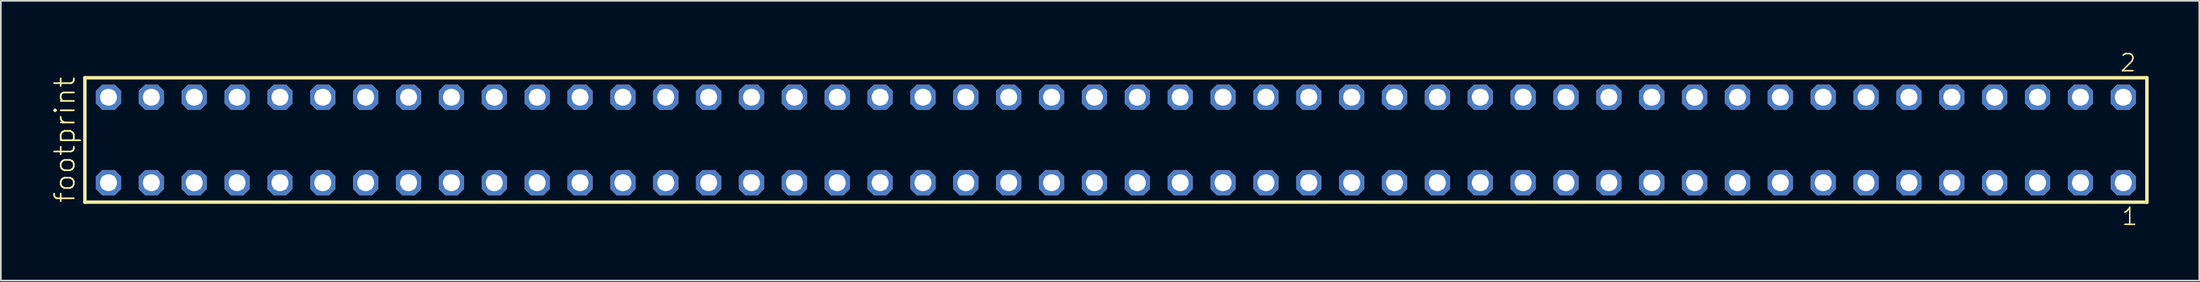
<source format=kicad_pcb>
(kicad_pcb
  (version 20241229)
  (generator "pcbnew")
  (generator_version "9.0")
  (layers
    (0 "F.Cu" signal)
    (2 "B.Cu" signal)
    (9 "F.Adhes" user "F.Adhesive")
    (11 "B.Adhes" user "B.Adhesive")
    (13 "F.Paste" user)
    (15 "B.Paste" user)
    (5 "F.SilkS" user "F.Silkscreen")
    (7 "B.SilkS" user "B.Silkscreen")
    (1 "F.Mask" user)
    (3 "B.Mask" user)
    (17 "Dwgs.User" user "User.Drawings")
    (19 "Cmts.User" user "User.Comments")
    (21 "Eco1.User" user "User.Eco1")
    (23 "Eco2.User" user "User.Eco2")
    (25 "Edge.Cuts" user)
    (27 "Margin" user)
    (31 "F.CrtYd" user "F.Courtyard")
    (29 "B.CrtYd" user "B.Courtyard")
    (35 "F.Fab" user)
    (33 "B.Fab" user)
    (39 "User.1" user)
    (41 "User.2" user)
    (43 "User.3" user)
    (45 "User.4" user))
  (footprint "footprint"
    (layer "F.Cu")
    (at 63.068 5.265)
    (property "Reference" "footprint" (at -61.595 3.81 90) (layer "F.SilkS") (effects (font (size 1.168 1.168) (thickness 0.102)) (justify left bottom)))
    (fp_line (start -61.089 -3.695) (end 61.089 -3.695) (stroke (width 0.203) (type solid)) (layer "F.SilkS"))
    (fp_line (start -61.089 3.695) (end -61.089 -3.695) (stroke (width 0.203) (type solid)) (layer "F.SilkS"))
    (fp_line (start 61.089 -3.695) (end 61.089 3.695) (stroke (width 0.203) (type solid)) (layer "F.SilkS"))
    (fp_line (start 61.089 3.695) (end -61.089 3.695) (stroke (width 0.203) (type solid)) (layer "F.SilkS"))
    (fp_poly (pts (xy -60.04 -2.19) (xy -59.34 -2.19) (xy -59.34 -2.89) (xy -60.04 -2.89)) (stroke (width 0.1) (type solid)) (fill no) (layer "F.Fab"))
    (fp_poly (pts (xy -60.04 2.89) (xy -59.34 2.89) (xy -59.34 2.19) (xy -60.04 2.19)) (stroke (width 0.1) (type solid)) (fill no) (layer "F.Fab"))
    (fp_poly (pts (xy -57.5 -2.19) (xy -56.8 -2.19) (xy -56.8 -2.89) (xy -57.5 -2.89)) (stroke (width 0.1) (type solid)) (fill no) (layer "F.Fab"))
    (fp_poly (pts (xy -57.5 2.89) (xy -56.8 2.89) (xy -56.8 2.19) (xy -57.5 2.19)) (stroke (width 0.1) (type solid)) (fill no) (layer "F.Fab"))
    (fp_poly (pts (xy -54.96 -2.19) (xy -54.26 -2.19) (xy -54.26 -2.89) (xy -54.96 -2.89)) (stroke (width 0.1) (type solid)) (fill no) (layer "F.Fab"))
    (fp_poly (pts (xy -54.96 2.89) (xy -54.26 2.89) (xy -54.26 2.19) (xy -54.96 2.19)) (stroke (width 0.1) (type solid)) (fill no) (layer "F.Fab"))
    (fp_poly (pts (xy -52.42 -2.19) (xy -51.72 -2.19) (xy -51.72 -2.89) (xy -52.42 -2.89)) (stroke (width 0.1) (type solid)) (fill no) (layer "F.Fab"))
    (fp_poly (pts (xy -52.42 2.89) (xy -51.72 2.89) (xy -51.72 2.19) (xy -52.42 2.19)) (stroke (width 0.1) (type solid)) (fill no) (layer "F.Fab"))
    (fp_poly (pts (xy -49.88 -2.19) (xy -49.18 -2.19) (xy -49.18 -2.89) (xy -49.88 -2.89)) (stroke (width 0.1) (type solid)) (fill no) (layer "F.Fab"))
    (fp_poly (pts (xy -49.88 2.89) (xy -49.18 2.89) (xy -49.18 2.19) (xy -49.88 2.19)) (stroke (width 0.1) (type solid)) (fill no) (layer "F.Fab"))
    (fp_poly (pts (xy -47.34 -2.19) (xy -46.64 -2.19) (xy -46.64 -2.89) (xy -47.34 -2.89)) (stroke (width 0.1) (type solid)) (fill no) (layer "F.Fab"))
    (fp_poly (pts (xy -47.34 2.89) (xy -46.64 2.89) (xy -46.64 2.19) (xy -47.34 2.19)) (stroke (width 0.1) (type solid)) (fill no) (layer "F.Fab"))
    (fp_poly (pts (xy -44.8 -2.19) (xy -44.1 -2.19) (xy -44.1 -2.89) (xy -44.8 -2.89)) (stroke (width 0.1) (type solid)) (fill no) (layer "F.Fab"))
    (fp_poly (pts (xy -44.8 2.89) (xy -44.1 2.89) (xy -44.1 2.19) (xy -44.8 2.19)) (stroke (width 0.1) (type solid)) (fill no) (layer "F.Fab"))
    (fp_poly (pts (xy -42.26 -2.19) (xy -41.56 -2.19) (xy -41.56 -2.89) (xy -42.26 -2.89)) (stroke (width 0.1) (type solid)) (fill no) (layer "F.Fab"))
    (fp_poly (pts (xy -42.26 2.89) (xy -41.56 2.89) (xy -41.56 2.19) (xy -42.26 2.19)) (stroke (width 0.1) (type solid)) (fill no) (layer "F.Fab"))
    (fp_poly (pts (xy -39.72 -2.19) (xy -39.02 -2.19) (xy -39.02 -2.89) (xy -39.72 -2.89)) (stroke (width 0.1) (type solid)) (fill no) (layer "F.Fab"))
    (fp_poly (pts (xy -39.72 2.89) (xy -39.02 2.89) (xy -39.02 2.19) (xy -39.72 2.19)) (stroke (width 0.1) (type solid)) (fill no) (layer "F.Fab"))
    (fp_poly (pts (xy -37.18 -2.19) (xy -36.48 -2.19) (xy -36.48 -2.89) (xy -37.18 -2.89)) (stroke (width 0.1) (type solid)) (fill no) (layer "F.Fab"))
    (fp_poly (pts (xy -37.18 2.89) (xy -36.48 2.89) (xy -36.48 2.19) (xy -37.18 2.19)) (stroke (width 0.1) (type solid)) (fill no) (layer "F.Fab"))
    (fp_poly (pts (xy -34.64 -2.19) (xy -33.94 -2.19) (xy -33.94 -2.89) (xy -34.64 -2.89)) (stroke (width 0.1) (type solid)) (fill no) (layer "F.Fab"))
    (fp_poly (pts (xy -34.64 2.89) (xy -33.94 2.89) (xy -33.94 2.19) (xy -34.64 2.19)) (stroke (width 0.1) (type solid)) (fill no) (layer "F.Fab"))
    (fp_poly (pts (xy -32.1 -2.19) (xy -31.4 -2.19) (xy -31.4 -2.89) (xy -32.1 -2.89)) (stroke (width 0.1) (type solid)) (fill no) (layer "F.Fab"))
    (fp_poly (pts (xy -32.1 2.89) (xy -31.4 2.89) (xy -31.4 2.19) (xy -32.1 2.19)) (stroke (width 0.1) (type solid)) (fill no) (layer "F.Fab"))
    (fp_poly (pts (xy -29.56 -2.19) (xy -28.86 -2.19) (xy -28.86 -2.89) (xy -29.56 -2.89)) (stroke (width 0.1) (type solid)) (fill no) (layer "F.Fab"))
    (fp_poly (pts (xy -29.56 2.89) (xy -28.86 2.89) (xy -28.86 2.19) (xy -29.56 2.19)) (stroke (width 0.1) (type solid)) (fill no) (layer "F.Fab"))
    (fp_poly (pts (xy -27.02 -2.19) (xy -26.32 -2.19) (xy -26.32 -2.89) (xy -27.02 -2.89)) (stroke (width 0.1) (type solid)) (fill no) (layer "F.Fab"))
    (fp_poly (pts (xy -27.02 2.89) (xy -26.32 2.89) (xy -26.32 2.19) (xy -27.02 2.19)) (stroke (width 0.1) (type solid)) (fill no) (layer "F.Fab"))
    (fp_poly (pts (xy -24.48 -2.19) (xy -23.78 -2.19) (xy -23.78 -2.89) (xy -24.48 -2.89)) (stroke (width 0.1) (type solid)) (fill no) (layer "F.Fab"))
    (fp_poly (pts (xy -24.48 2.89) (xy -23.78 2.89) (xy -23.78 2.19) (xy -24.48 2.19)) (stroke (width 0.1) (type solid)) (fill no) (layer "F.Fab"))
    (fp_poly (pts (xy -21.94 -2.19) (xy -21.24 -2.19) (xy -21.24 -2.89) (xy -21.94 -2.89)) (stroke (width 0.1) (type solid)) (fill no) (layer "F.Fab"))
    (fp_poly (pts (xy -21.94 2.89) (xy -21.24 2.89) (xy -21.24 2.19) (xy -21.94 2.19)) (stroke (width 0.1) (type solid)) (fill no) (layer "F.Fab"))
    (fp_poly (pts (xy -19.4 -2.19) (xy -18.7 -2.19) (xy -18.7 -2.89) (xy -19.4 -2.89)) (stroke (width 0.1) (type solid)) (fill no) (layer "F.Fab"))
    (fp_poly (pts (xy -19.4 2.89) (xy -18.7 2.89) (xy -18.7 2.19) (xy -19.4 2.19)) (stroke (width 0.1) (type solid)) (fill no) (layer "F.Fab"))
    (fp_poly (pts (xy -16.86 -2.19) (xy -16.16 -2.19) (xy -16.16 -2.89) (xy -16.86 -2.89)) (stroke (width 0.1) (type solid)) (fill no) (layer "F.Fab"))
    (fp_poly (pts (xy -16.86 2.89) (xy -16.16 2.89) (xy -16.16 2.19) (xy -16.86 2.19)) (stroke (width 0.1) (type solid)) (fill no) (layer "F.Fab"))
    (fp_poly (pts (xy -14.32 -2.19) (xy -13.62 -2.19) (xy -13.62 -2.89) (xy -14.32 -2.89)) (stroke (width 0.1) (type solid)) (fill no) (layer "F.Fab"))
    (fp_poly (pts (xy -14.32 2.89) (xy -13.62 2.89) (xy -13.62 2.19) (xy -14.32 2.19)) (stroke (width 0.1) (type solid)) (fill no) (layer "F.Fab"))
    (fp_poly (pts (xy -11.78 -2.19) (xy -11.08 -2.19) (xy -11.08 -2.89) (xy -11.78 -2.89)) (stroke (width 0.1) (type solid)) (fill no) (layer "F.Fab"))
    (fp_poly (pts (xy -11.78 2.89) (xy -11.08 2.89) (xy -11.08 2.19) (xy -11.78 2.19)) (stroke (width 0.1) (type solid)) (fill no) (layer "F.Fab"))
    (fp_poly (pts (xy -9.24 -2.19) (xy -8.54 -2.19) (xy -8.54 -2.89) (xy -9.24 -2.89)) (stroke (width 0.1) (type solid)) (fill no) (layer "F.Fab"))
    (fp_poly (pts (xy -9.24 2.89) (xy -8.54 2.89) (xy -8.54 2.19) (xy -9.24 2.19)) (stroke (width 0.1) (type solid)) (fill no) (layer "F.Fab"))
    (fp_poly (pts (xy -6.7 -2.19) (xy -6 -2.19) (xy -6 -2.89) (xy -6.7 -2.89)) (stroke (width 0.1) (type solid)) (fill no) (layer "F.Fab"))
    (fp_poly (pts (xy -6.7 2.89) (xy -6 2.89) (xy -6 2.19) (xy -6.7 2.19)) (stroke (width 0.1) (type solid)) (fill no) (layer "F.Fab"))
    (fp_poly (pts (xy -4.16 -2.19) (xy -3.46 -2.19) (xy -3.46 -2.89) (xy -4.16 -2.89)) (stroke (width 0.1) (type solid)) (fill no) (layer "F.Fab"))
    (fp_poly (pts (xy -4.16 2.89) (xy -3.46 2.89) (xy -3.46 2.19) (xy -4.16 2.19)) (stroke (width 0.1) (type solid)) (fill no) (layer "F.Fab"))
    (fp_poly (pts (xy -1.62 -2.19) (xy -0.92 -2.19) (xy -0.92 -2.89) (xy -1.62 -2.89)) (stroke (width 0.1) (type solid)) (fill no) (layer "F.Fab"))
    (fp_poly (pts (xy -1.62 2.89) (xy -0.92 2.89) (xy -0.92 2.19) (xy -1.62 2.19)) (stroke (width 0.1) (type solid)) (fill no) (layer "F.Fab"))
    (fp_poly (pts (xy 0.92 -2.19) (xy 1.62 -2.19) (xy 1.62 -2.89) (xy 0.92 -2.89)) (stroke (width 0.1) (type solid)) (fill no) (layer "F.Fab"))
    (fp_poly (pts (xy 0.92 2.89) (xy 1.62 2.89) (xy 1.62 2.19) (xy 0.92 2.19)) (stroke (width 0.1) (type solid)) (fill no) (layer "F.Fab"))
    (fp_poly (pts (xy 3.46 -2.19) (xy 4.16 -2.19) (xy 4.16 -2.89) (xy 3.46 -2.89)) (stroke (width 0.1) (type solid)) (fill no) (layer "F.Fab"))
    (fp_poly (pts (xy 3.46 2.89) (xy 4.16 2.89) (xy 4.16 2.19) (xy 3.46 2.19)) (stroke (width 0.1) (type solid)) (fill no) (layer "F.Fab"))
    (fp_poly (pts (xy 6 -2.19) (xy 6.7 -2.19) (xy 6.7 -2.89) (xy 6 -2.89)) (stroke (width 0.1) (type solid)) (fill no) (layer "F.Fab"))
    (fp_poly (pts (xy 6 2.89) (xy 6.7 2.89) (xy 6.7 2.19) (xy 6 2.19)) (stroke (width 0.1) (type solid)) (fill no) (layer "F.Fab"))
    (fp_poly (pts (xy 8.54 -2.19) (xy 9.24 -2.19) (xy 9.24 -2.89) (xy 8.54 -2.89)) (stroke (width 0.1) (type solid)) (fill no) (layer "F.Fab"))
    (fp_poly (pts (xy 8.54 2.89) (xy 9.24 2.89) (xy 9.24 2.19) (xy 8.54 2.19)) (stroke (width 0.1) (type solid)) (fill no) (layer "F.Fab"))
    (fp_poly (pts (xy 11.08 -2.19) (xy 11.78 -2.19) (xy 11.78 -2.89) (xy 11.08 -2.89)) (stroke (width 0.1) (type solid)) (fill no) (layer "F.Fab"))
    (fp_poly (pts (xy 11.08 2.89) (xy 11.78 2.89) (xy 11.78 2.19) (xy 11.08 2.19)) (stroke (width 0.1) (type solid)) (fill no) (layer "F.Fab"))
    (fp_poly (pts (xy 13.62 -2.19) (xy 14.32 -2.19) (xy 14.32 -2.89) (xy 13.62 -2.89)) (stroke (width 0.1) (type solid)) (fill no) (layer "F.Fab"))
    (fp_poly (pts (xy 13.62 2.89) (xy 14.32 2.89) (xy 14.32 2.19) (xy 13.62 2.19)) (stroke (width 0.1) (type solid)) (fill no) (layer "F.Fab"))
    (fp_poly (pts (xy 16.16 -2.19) (xy 16.86 -2.19) (xy 16.86 -2.89) (xy 16.16 -2.89)) (stroke (width 0.1) (type solid)) (fill no) (layer "F.Fab"))
    (fp_poly (pts (xy 16.16 2.89) (xy 16.86 2.89) (xy 16.86 2.19) (xy 16.16 2.19)) (stroke (width 0.1) (type solid)) (fill no) (layer "F.Fab"))
    (fp_poly (pts (xy 18.7 -2.19) (xy 19.4 -2.19) (xy 19.4 -2.89) (xy 18.7 -2.89)) (stroke (width 0.1) (type solid)) (fill no) (layer "F.Fab"))
    (fp_poly (pts (xy 18.7 2.89) (xy 19.4 2.89) (xy 19.4 2.19) (xy 18.7 2.19)) (stroke (width 0.1) (type solid)) (fill no) (layer "F.Fab"))
    (fp_poly (pts (xy 21.24 -2.19) (xy 21.94 -2.19) (xy 21.94 -2.89) (xy 21.24 -2.89)) (stroke (width 0.1) (type solid)) (fill no) (layer "F.Fab"))
    (fp_poly (pts (xy 21.24 2.89) (xy 21.94 2.89) (xy 21.94 2.19) (xy 21.24 2.19)) (stroke (width 0.1) (type solid)) (fill no) (layer "F.Fab"))
    (fp_poly (pts (xy 23.78 -2.19) (xy 24.48 -2.19) (xy 24.48 -2.89) (xy 23.78 -2.89)) (stroke (width 0.1) (type solid)) (fill no) (layer "F.Fab"))
    (fp_poly (pts (xy 23.78 2.89) (xy 24.48 2.89) (xy 24.48 2.19) (xy 23.78 2.19)) (stroke (width 0.1) (type solid)) (fill no) (layer "F.Fab"))
    (fp_poly (pts (xy 26.32 -2.19) (xy 27.02 -2.19) (xy 27.02 -2.89) (xy 26.32 -2.89)) (stroke (width 0.1) (type solid)) (fill no) (layer "F.Fab"))
    (fp_poly (pts (xy 26.32 2.89) (xy 27.02 2.89) (xy 27.02 2.19) (xy 26.32 2.19)) (stroke (width 0.1) (type solid)) (fill no) (layer "F.Fab"))
    (fp_poly (pts (xy 28.86 -2.19) (xy 29.56 -2.19) (xy 29.56 -2.89) (xy 28.86 -2.89)) (stroke (width 0.1) (type solid)) (fill no) (layer "F.Fab"))
    (fp_poly (pts (xy 28.86 2.89) (xy 29.56 2.89) (xy 29.56 2.19) (xy 28.86 2.19)) (stroke (width 0.1) (type solid)) (fill no) (layer "F.Fab"))
    (fp_poly (pts (xy 31.4 -2.19) (xy 32.1 -2.19) (xy 32.1 -2.89) (xy 31.4 -2.89)) (stroke (width 0.1) (type solid)) (fill no) (layer "F.Fab"))
    (fp_poly (pts (xy 31.4 2.89) (xy 32.1 2.89) (xy 32.1 2.19) (xy 31.4 2.19)) (stroke (width 0.1) (type solid)) (fill no) (layer "F.Fab"))
    (fp_poly (pts (xy 33.94 -2.19) (xy 34.64 -2.19) (xy 34.64 -2.89) (xy 33.94 -2.89)) (stroke (width 0.1) (type solid)) (fill no) (layer "F.Fab"))
    (fp_poly (pts (xy 33.94 2.89) (xy 34.64 2.89) (xy 34.64 2.19) (xy 33.94 2.19)) (stroke (width 0.1) (type solid)) (fill no) (layer "F.Fab"))
    (fp_poly (pts (xy 36.48 -2.19) (xy 37.18 -2.19) (xy 37.18 -2.89) (xy 36.48 -2.89)) (stroke (width 0.1) (type solid)) (fill no) (layer "F.Fab"))
    (fp_poly (pts (xy 36.48 2.89) (xy 37.18 2.89) (xy 37.18 2.19) (xy 36.48 2.19)) (stroke (width 0.1) (type solid)) (fill no) (layer "F.Fab"))
    (fp_poly (pts (xy 39.02 -2.19) (xy 39.72 -2.19) (xy 39.72 -2.89) (xy 39.02 -2.89)) (stroke (width 0.1) (type solid)) (fill no) (layer "F.Fab"))
    (fp_poly (pts (xy 39.02 2.89) (xy 39.72 2.89) (xy 39.72 2.19) (xy 39.02 2.19)) (stroke (width 0.1) (type solid)) (fill no) (layer "F.Fab"))
    (fp_poly (pts (xy 41.56 -2.19) (xy 42.26 -2.19) (xy 42.26 -2.89) (xy 41.56 -2.89)) (stroke (width 0.1) (type solid)) (fill no) (layer "F.Fab"))
    (fp_poly (pts (xy 41.56 2.89) (xy 42.26 2.89) (xy 42.26 2.19) (xy 41.56 2.19)) (stroke (width 0.1) (type solid)) (fill no) (layer "F.Fab"))
    (fp_poly (pts (xy 44.1 -2.19) (xy 44.8 -2.19) (xy 44.8 -2.89) (xy 44.1 -2.89)) (stroke (width 0.1) (type solid)) (fill no) (layer "F.Fab"))
    (fp_poly (pts (xy 44.1 2.89) (xy 44.8 2.89) (xy 44.8 2.19) (xy 44.1 2.19)) (stroke (width 0.1) (type solid)) (fill no) (layer "F.Fab"))
    (fp_poly (pts (xy 46.64 -2.19) (xy 47.34 -2.19) (xy 47.34 -2.89) (xy 46.64 -2.89)) (stroke (width 0.1) (type solid)) (fill no) (layer "F.Fab"))
    (fp_poly (pts (xy 46.64 2.89) (xy 47.34 2.89) (xy 47.34 2.19) (xy 46.64 2.19)) (stroke (width 0.1) (type solid)) (fill no) (layer "F.Fab"))
    (fp_poly (pts (xy 49.18 -2.19) (xy 49.88 -2.19) (xy 49.88 -2.89) (xy 49.18 -2.89)) (stroke (width 0.1) (type solid)) (fill no) (layer "F.Fab"))
    (fp_poly (pts (xy 49.18 2.89) (xy 49.88 2.89) (xy 49.88 2.19) (xy 49.18 2.19)) (stroke (width 0.1) (type solid)) (fill no) (layer "F.Fab"))
    (fp_poly (pts (xy 51.72 -2.19) (xy 52.42 -2.19) (xy 52.42 -2.89) (xy 51.72 -2.89)) (stroke (width 0.1) (type solid)) (fill no) (layer "F.Fab"))
    (fp_poly (pts (xy 51.72 2.89) (xy 52.42 2.89) (xy 52.42 2.19) (xy 51.72 2.19)) (stroke (width 0.1) (type solid)) (fill no) (layer "F.Fab"))
    (fp_poly (pts (xy 54.26 -2.19) (xy 54.96 -2.19) (xy 54.96 -2.89) (xy 54.26 -2.89)) (stroke (width 0.1) (type solid)) (fill no) (layer "F.Fab"))
    (fp_poly (pts (xy 54.26 2.89) (xy 54.96 2.89) (xy 54.96 2.19) (xy 54.26 2.19)) (stroke (width 0.1) (type solid)) (fill no) (layer "F.Fab"))
    (fp_poly (pts (xy 56.8 -2.19) (xy 57.5 -2.19) (xy 57.5 -2.89) (xy 56.8 -2.89)) (stroke (width 0.1) (type solid)) (fill no) (layer "F.Fab"))
    (fp_poly (pts (xy 56.8 2.89) (xy 57.5 2.89) (xy 57.5 2.19) (xy 56.8 2.19)) (stroke (width 0.1) (type solid)) (fill no) (layer "F.Fab"))
    (fp_poly (pts (xy 59.34 -2.19) (xy 60.04 -2.19) (xy 60.04 -2.89) (xy 59.34 -2.89)) (stroke (width 0.1) (type solid)) (fill no) (layer "F.Fab"))
    (fp_poly (pts (xy 59.34 2.89) (xy 60.04 2.89) (xy 60.04 2.19) (xy 59.34 2.19)) (stroke (width 0.1) (type solid)) (fill no) (layer "F.Fab"))
    (fp_text user "1" (at 59.532 5.138 0) (layer "F.SilkS") (effects (font (size 1.012 1.012) (thickness 0.088)) (justify left bottom)))
    (fp_text user "2" (at 59.432 -3.989 0) (layer "F.SilkS") (effects (font (size 1.012 1.012) (thickness 0.088)) (justify left bottom)))
    (pad "1" thru_hole roundrect (at 59.69 2.54 180) (size 1.5 1.5) (drill 1) (layers "*.Cu" "*.Mask") (roundrect_rratio 0.25) (chamfer_ratio 0.25) (chamfer top_left top_right bottom_left bottom_right))
    (pad "2" thru_hole roundrect (at 59.69 -2.54 180) (size 1.5 1.5) (drill 1) (layers "*.Cu" "*.Mask") (roundrect_rratio 0.25) (chamfer_ratio 0.25) (chamfer top_left top_right bottom_left bottom_right))
    (pad "3" thru_hole roundrect (at 57.15 2.54 180) (size 1.5 1.5) (drill 1) (layers "*.Cu" "*.Mask") (roundrect_rratio 0.25) (chamfer_ratio 0.25) (chamfer top_left top_right bottom_left bottom_right))
    (pad "4" thru_hole roundrect (at 57.15 -2.54 180) (size 1.5 1.5) (drill 1) (layers "*.Cu" "*.Mask") (roundrect_rratio 0.25) (chamfer_ratio 0.25) (chamfer top_left top_right bottom_left bottom_right))
    (pad "5" thru_hole roundrect (at 54.61 2.54 180) (size 1.5 1.5) (drill 1) (layers "*.Cu" "*.Mask") (roundrect_rratio 0.25) (chamfer_ratio 0.25) (chamfer top_left top_right bottom_left bottom_right))
    (pad "6" thru_hole roundrect (at 54.61 -2.54 180) (size 1.5 1.5) (drill 1) (layers "*.Cu" "*.Mask") (roundrect_rratio 0.25) (chamfer_ratio 0.25) (chamfer top_left top_right bottom_left bottom_right))
    (pad "7" thru_hole roundrect (at 52.07 2.54 180) (size 1.5 1.5) (drill 1) (layers "*.Cu" "*.Mask") (roundrect_rratio 0.25) (chamfer_ratio 0.25) (chamfer top_left top_right bottom_left bottom_right))
    (pad "8" thru_hole roundrect (at 52.07 -2.54 180) (size 1.5 1.5) (drill 1) (layers "*.Cu" "*.Mask") (roundrect_rratio 0.25) (chamfer_ratio 0.25) (chamfer top_left top_right bottom_left bottom_right))
    (pad "9" thru_hole roundrect (at 49.53 2.54 180) (size 1.5 1.5) (drill 1) (layers "*.Cu" "*.Mask") (roundrect_rratio 0.25) (chamfer_ratio 0.25) (chamfer top_left top_right bottom_left bottom_right))
    (pad "10" thru_hole roundrect (at 49.53 -2.54 180) (size 1.5 1.5) (drill 1) (layers "*.Cu" "*.Mask") (roundrect_rratio 0.25) (chamfer_ratio 0.25) (chamfer top_left top_right bottom_left bottom_right))
    (pad "11" thru_hole roundrect (at 46.99 2.54 180) (size 1.5 1.5) (drill 1) (layers "*.Cu" "*.Mask") (roundrect_rratio 0.25) (chamfer_ratio 0.25) (chamfer top_left top_right bottom_left bottom_right))
    (pad "12" thru_hole roundrect (at 46.99 -2.54 180) (size 1.5 1.5) (drill 1) (layers "*.Cu" "*.Mask") (roundrect_rratio 0.25) (chamfer_ratio 0.25) (chamfer top_left top_right bottom_left bottom_right))
    (pad "13" thru_hole roundrect (at 44.45 2.54 180) (size 1.5 1.5) (drill 1) (layers "*.Cu" "*.Mask") (roundrect_rratio 0.25) (chamfer_ratio 0.25) (chamfer top_left top_right bottom_left bottom_right))
    (pad "14" thru_hole roundrect (at 44.45 -2.54 180) (size 1.5 1.5) (drill 1) (layers "*.Cu" "*.Mask") (roundrect_rratio 0.25) (chamfer_ratio 0.25) (chamfer top_left top_right bottom_left bottom_right))
    (pad "15" thru_hole roundrect (at 41.91 2.54 180) (size 1.5 1.5) (drill 1) (layers "*.Cu" "*.Mask") (roundrect_rratio 0.25) (chamfer_ratio 0.25) (chamfer top_left top_right bottom_left bottom_right))
    (pad "16" thru_hole roundrect (at 41.91 -2.54 180) (size 1.5 1.5) (drill 1) (layers "*.Cu" "*.Mask") (roundrect_rratio 0.25) (chamfer_ratio 0.25) (chamfer top_left top_right bottom_left bottom_right))
    (pad "17" thru_hole roundrect (at 39.37 2.54 180) (size 1.5 1.5) (drill 1) (layers "*.Cu" "*.Mask") (roundrect_rratio 0.25) (chamfer_ratio 0.25) (chamfer top_left top_right bottom_left bottom_right))
    (pad "18" thru_hole roundrect (at 39.37 -2.54 180) (size 1.5 1.5) (drill 1) (layers "*.Cu" "*.Mask") (roundrect_rratio 0.25) (chamfer_ratio 0.25) (chamfer top_left top_right bottom_left bottom_right))
    (pad "19" thru_hole roundrect (at 36.83 2.54 180) (size 1.5 1.5) (drill 1) (layers "*.Cu" "*.Mask") (roundrect_rratio 0.25) (chamfer_ratio 0.25) (chamfer top_left top_right bottom_left bottom_right))
    (pad "20" thru_hole roundrect (at 36.83 -2.54 180) (size 1.5 1.5) (drill 1) (layers "*.Cu" "*.Mask") (roundrect_rratio 0.25) (chamfer_ratio 0.25) (chamfer top_left top_right bottom_left bottom_right))
    (pad "21" thru_hole roundrect (at 34.29 2.54 180) (size 1.5 1.5) (drill 1) (layers "*.Cu" "*.Mask") (roundrect_rratio 0.25) (chamfer_ratio 0.25) (chamfer top_left top_right bottom_left bottom_right))
    (pad "22" thru_hole roundrect (at 34.29 -2.54 180) (size 1.5 1.5) (drill 1) (layers "*.Cu" "*.Mask") (roundrect_rratio 0.25) (chamfer_ratio 0.25) (chamfer top_left top_right bottom_left bottom_right))
    (pad "23" thru_hole roundrect (at 31.75 2.54 180) (size 1.5 1.5) (drill 1) (layers "*.Cu" "*.Mask") (roundrect_rratio 0.25) (chamfer_ratio 0.25) (chamfer top_left top_right bottom_left bottom_right))
    (pad "24" thru_hole roundrect (at 31.75 -2.54 180) (size 1.5 1.5) (drill 1) (layers "*.Cu" "*.Mask") (roundrect_rratio 0.25) (chamfer_ratio 0.25) (chamfer top_left top_right bottom_left bottom_right))
    (pad "25" thru_hole roundrect (at 29.21 2.54 180) (size 1.5 1.5) (drill 1) (layers "*.Cu" "*.Mask") (roundrect_rratio 0.25) (chamfer_ratio 0.25) (chamfer top_left top_right bottom_left bottom_right))
    (pad "26" thru_hole roundrect (at 29.21 -2.54 180) (size 1.5 1.5) (drill 1) (layers "*.Cu" "*.Mask") (roundrect_rratio 0.25) (chamfer_ratio 0.25) (chamfer top_left top_right bottom_left bottom_right))
    (pad "27" thru_hole roundrect (at 26.67 2.54 180) (size 1.5 1.5) (drill 1) (layers "*.Cu" "*.Mask") (roundrect_rratio 0.25) (chamfer_ratio 0.25) (chamfer top_left top_right bottom_left bottom_right))
    (pad "28" thru_hole roundrect (at 26.67 -2.54 180) (size 1.5 1.5) (drill 1) (layers "*.Cu" "*.Mask") (roundrect_rratio 0.25) (chamfer_ratio 0.25) (chamfer top_left top_right bottom_left bottom_right))
    (pad "29" thru_hole roundrect (at 24.13 2.54 180) (size 1.5 1.5) (drill 1) (layers "*.Cu" "*.Mask") (roundrect_rratio 0.25) (chamfer_ratio 0.25) (chamfer top_left top_right bottom_left bottom_right))
    (pad "30" thru_hole roundrect (at 24.13 -2.54 180) (size 1.5 1.5) (drill 1) (layers "*.Cu" "*.Mask") (roundrect_rratio 0.25) (chamfer_ratio 0.25) (chamfer top_left top_right bottom_left bottom_right))
    (pad "31" thru_hole roundrect (at 21.59 2.54 180) (size 1.5 1.5) (drill 1) (layers "*.Cu" "*.Mask") (roundrect_rratio 0.25) (chamfer_ratio 0.25) (chamfer top_left top_right bottom_left bottom_right))
    (pad "32" thru_hole roundrect (at 21.59 -2.54 180) (size 1.5 1.5) (drill 1) (layers "*.Cu" "*.Mask") (roundrect_rratio 0.25) (chamfer_ratio 0.25) (chamfer top_left top_right bottom_left bottom_right))
    (pad "33" thru_hole roundrect (at 19.05 2.54 180) (size 1.5 1.5) (drill 1) (layers "*.Cu" "*.Mask") (roundrect_rratio 0.25) (chamfer_ratio 0.25) (chamfer top_left top_right bottom_left bottom_right))
    (pad "34" thru_hole roundrect (at 19.05 -2.54 180) (size 1.5 1.5) (drill 1) (layers "*.Cu" "*.Mask") (roundrect_rratio 0.25) (chamfer_ratio 0.25) (chamfer top_left top_right bottom_left bottom_right))
    (pad "35" thru_hole roundrect (at 16.51 2.54 180) (size 1.5 1.5) (drill 1) (layers "*.Cu" "*.Mask") (roundrect_rratio 0.25) (chamfer_ratio 0.25) (chamfer top_left top_right bottom_left bottom_right))
    (pad "36" thru_hole roundrect (at 16.51 -2.54 180) (size 1.5 1.5) (drill 1) (layers "*.Cu" "*.Mask") (roundrect_rratio 0.25) (chamfer_ratio 0.25) (chamfer top_left top_right bottom_left bottom_right))
    (pad "37" thru_hole roundrect (at 13.97 2.54 180) (size 1.5 1.5) (drill 1) (layers "*.Cu" "*.Mask") (roundrect_rratio 0.25) (chamfer_ratio 0.25) (chamfer top_left top_right bottom_left bottom_right))
    (pad "38" thru_hole roundrect (at 13.97 -2.54 180) (size 1.5 1.5) (drill 1) (layers "*.Cu" "*.Mask") (roundrect_rratio 0.25) (chamfer_ratio 0.25) (chamfer top_left top_right bottom_left bottom_right))
    (pad "39" thru_hole roundrect (at 11.43 2.54 180) (size 1.5 1.5) (drill 1) (layers "*.Cu" "*.Mask") (roundrect_rratio 0.25) (chamfer_ratio 0.25) (chamfer top_left top_right bottom_left bottom_right))
    (pad "40" thru_hole roundrect (at 11.43 -2.54 180) (size 1.5 1.5) (drill 1) (layers "*.Cu" "*.Mask") (roundrect_rratio 0.25) (chamfer_ratio 0.25) (chamfer top_left top_right bottom_left bottom_right))
    (pad "41" thru_hole roundrect (at 8.89 2.54 180) (size 1.5 1.5) (drill 1) (layers "*.Cu" "*.Mask") (roundrect_rratio 0.25) (chamfer_ratio 0.25) (chamfer top_left top_right bottom_left bottom_right))
    (pad "42" thru_hole roundrect (at 8.89 -2.54 180) (size 1.5 1.5) (drill 1) (layers "*.Cu" "*.Mask") (roundrect_rratio 0.25) (chamfer_ratio 0.25) (chamfer top_left top_right bottom_left bottom_right))
    (pad "43" thru_hole roundrect (at 6.35 2.54 180) (size 1.5 1.5) (drill 1) (layers "*.Cu" "*.Mask") (roundrect_rratio 0.25) (chamfer_ratio 0.25) (chamfer top_left top_right bottom_left bottom_right))
    (pad "44" thru_hole roundrect (at 6.35 -2.54 180) (size 1.5 1.5) (drill 1) (layers "*.Cu" "*.Mask") (roundrect_rratio 0.25) (chamfer_ratio 0.25) (chamfer top_left top_right bottom_left bottom_right))
    (pad "45" thru_hole roundrect (at 3.81 2.54 180) (size 1.5 1.5) (drill 1) (layers "*.Cu" "*.Mask") (roundrect_rratio 0.25) (chamfer_ratio 0.25) (chamfer top_left top_right bottom_left bottom_right))
    (pad "46" thru_hole roundrect (at 3.81 -2.54 180) (size 1.5 1.5) (drill 1) (layers "*.Cu" "*.Mask") (roundrect_rratio 0.25) (chamfer_ratio 0.25) (chamfer top_left top_right bottom_left bottom_right))
    (pad "47" thru_hole roundrect (at 1.27 2.54 180) (size 1.5 1.5) (drill 1) (layers "*.Cu" "*.Mask") (roundrect_rratio 0.25) (chamfer_ratio 0.25) (chamfer top_left top_right bottom_left bottom_right))
    (pad "48" thru_hole roundrect (at 1.27 -2.54 180) (size 1.5 1.5) (drill 1) (layers "*.Cu" "*.Mask") (roundrect_rratio 0.25) (chamfer_ratio 0.25) (chamfer top_left top_right bottom_left bottom_right))
    (pad "49" thru_hole roundrect (at -1.27 2.54 180) (size 1.5 1.5) (drill 1) (layers "*.Cu" "*.Mask") (roundrect_rratio 0.25) (chamfer_ratio 0.25) (chamfer top_left top_right bottom_left bottom_right))
    (pad "50" thru_hole roundrect (at -1.27 -2.54 180) (size 1.5 1.5) (drill 1) (layers "*.Cu" "*.Mask") (roundrect_rratio 0.25) (chamfer_ratio 0.25) (chamfer top_left top_right bottom_left bottom_right))
    (pad "51" thru_hole roundrect (at -3.81 2.54 180) (size 1.5 1.5) (drill 1) (layers "*.Cu" "*.Mask") (roundrect_rratio 0.25) (chamfer_ratio 0.25) (chamfer top_left top_right bottom_left bottom_right))
    (pad "52" thru_hole roundrect (at -3.81 -2.54 180) (size 1.5 1.5) (drill 1) (layers "*.Cu" "*.Mask") (roundrect_rratio 0.25) (chamfer_ratio 0.25) (chamfer top_left top_right bottom_left bottom_right))
    (pad "53" thru_hole roundrect (at -6.35 2.54 180) (size 1.5 1.5) (drill 1) (layers "*.Cu" "*.Mask") (roundrect_rratio 0.25) (chamfer_ratio 0.25) (chamfer top_left top_right bottom_left bottom_right))
    (pad "54" thru_hole roundrect (at -6.35 -2.54 180) (size 1.5 1.5) (drill 1) (layers "*.Cu" "*.Mask") (roundrect_rratio 0.25) (chamfer_ratio 0.25) (chamfer top_left top_right bottom_left bottom_right))
    (pad "55" thru_hole roundrect (at -8.89 2.54 180) (size 1.5 1.5) (drill 1) (layers "*.Cu" "*.Mask") (roundrect_rratio 0.25) (chamfer_ratio 0.25) (chamfer top_left top_right bottom_left bottom_right))
    (pad "56" thru_hole roundrect (at -8.89 -2.54 180) (size 1.5 1.5) (drill 1) (layers "*.Cu" "*.Mask") (roundrect_rratio 0.25) (chamfer_ratio 0.25) (chamfer top_left top_right bottom_left bottom_right))
    (pad "57" thru_hole roundrect (at -11.43 2.54 180) (size 1.5 1.5) (drill 1) (layers "*.Cu" "*.Mask") (roundrect_rratio 0.25) (chamfer_ratio 0.25) (chamfer top_left top_right bottom_left bottom_right))
    (pad "58" thru_hole roundrect (at -11.43 -2.54 180) (size 1.5 1.5) (drill 1) (layers "*.Cu" "*.Mask") (roundrect_rratio 0.25) (chamfer_ratio 0.25) (chamfer top_left top_right bottom_left bottom_right))
    (pad "59" thru_hole roundrect (at -13.97 2.54 180) (size 1.5 1.5) (drill 1) (layers "*.Cu" "*.Mask") (roundrect_rratio 0.25) (chamfer_ratio 0.25) (chamfer top_left top_right bottom_left bottom_right))
    (pad "60" thru_hole roundrect (at -13.97 -2.54 180) (size 1.5 1.5) (drill 1) (layers "*.Cu" "*.Mask") (roundrect_rratio 0.25) (chamfer_ratio 0.25) (chamfer top_left top_right bottom_left bottom_right))
    (pad "61" thru_hole roundrect (at -16.51 2.54 180) (size 1.5 1.5) (drill 1) (layers "*.Cu" "*.Mask") (roundrect_rratio 0.25) (chamfer_ratio 0.25) (chamfer top_left top_right bottom_left bottom_right))
    (pad "62" thru_hole roundrect (at -16.51 -2.54 180) (size 1.5 1.5) (drill 1) (layers "*.Cu" "*.Mask") (roundrect_rratio 0.25) (chamfer_ratio 0.25) (chamfer top_left top_right bottom_left bottom_right))
    (pad "63" thru_hole roundrect (at -19.05 2.54 180) (size 1.5 1.5) (drill 1) (layers "*.Cu" "*.Mask") (roundrect_rratio 0.25) (chamfer_ratio 0.25) (chamfer top_left top_right bottom_left bottom_right))
    (pad "64" thru_hole roundrect (at -19.05 -2.54 180) (size 1.5 1.5) (drill 1) (layers "*.Cu" "*.Mask") (roundrect_rratio 0.25) (chamfer_ratio 0.25) (chamfer top_left top_right bottom_left bottom_right))
    (pad "65" thru_hole roundrect (at -21.59 2.54 180) (size 1.5 1.5) (drill 1) (layers "*.Cu" "*.Mask") (roundrect_rratio 0.25) (chamfer_ratio 0.25) (chamfer top_left top_right bottom_left bottom_right))
    (pad "66" thru_hole roundrect (at -21.59 -2.54 180) (size 1.5 1.5) (drill 1) (layers "*.Cu" "*.Mask") (roundrect_rratio 0.25) (chamfer_ratio 0.25) (chamfer top_left top_right bottom_left bottom_right))
    (pad "67" thru_hole roundrect (at -24.13 2.54 180) (size 1.5 1.5) (drill 1) (layers "*.Cu" "*.Mask") (roundrect_rratio 0.25) (chamfer_ratio 0.25) (chamfer top_left top_right bottom_left bottom_right))
    (pad "68" thru_hole roundrect (at -24.13 -2.54 180) (size 1.5 1.5) (drill 1) (layers "*.Cu" "*.Mask") (roundrect_rratio 0.25) (chamfer_ratio 0.25) (chamfer top_left top_right bottom_left bottom_right))
    (pad "69" thru_hole roundrect (at -26.67 2.54 180) (size 1.5 1.5) (drill 1) (layers "*.Cu" "*.Mask") (roundrect_rratio 0.25) (chamfer_ratio 0.25) (chamfer top_left top_right bottom_left bottom_right))
    (pad "70" thru_hole roundrect (at -26.67 -2.54 180) (size 1.5 1.5) (drill 1) (layers "*.Cu" "*.Mask") (roundrect_rratio 0.25) (chamfer_ratio 0.25) (chamfer top_left top_right bottom_left bottom_right))
    (pad "71" thru_hole roundrect (at -29.21 2.54 180) (size 1.5 1.5) (drill 1) (layers "*.Cu" "*.Mask") (roundrect_rratio 0.25) (chamfer_ratio 0.25) (chamfer top_left top_right bottom_left bottom_right))
    (pad "72" thru_hole roundrect (at -29.21 -2.54 180) (size 1.5 1.5) (drill 1) (layers "*.Cu" "*.Mask") (roundrect_rratio 0.25) (chamfer_ratio 0.25) (chamfer top_left top_right bottom_left bottom_right))
    (pad "73" thru_hole roundrect (at -31.75 2.54 180) (size 1.5 1.5) (drill 1) (layers "*.Cu" "*.Mask") (roundrect_rratio 0.25) (chamfer_ratio 0.25) (chamfer top_left top_right bottom_left bottom_right))
    (pad "74" thru_hole roundrect (at -31.75 -2.54 180) (size 1.5 1.5) (drill 1) (layers "*.Cu" "*.Mask") (roundrect_rratio 0.25) (chamfer_ratio 0.25) (chamfer top_left top_right bottom_left bottom_right))
    (pad "75" thru_hole roundrect (at -34.29 2.54 180) (size 1.5 1.5) (drill 1) (layers "*.Cu" "*.Mask") (roundrect_rratio 0.25) (chamfer_ratio 0.25) (chamfer top_left top_right bottom_left bottom_right))
    (pad "76" thru_hole roundrect (at -34.29 -2.54 180) (size 1.5 1.5) (drill 1) (layers "*.Cu" "*.Mask") (roundrect_rratio 0.25) (chamfer_ratio 0.25) (chamfer top_left top_right bottom_left bottom_right))
    (pad "77" thru_hole roundrect (at -36.83 2.54 180) (size 1.5 1.5) (drill 1) (layers "*.Cu" "*.Mask") (roundrect_rratio 0.25) (chamfer_ratio 0.25) (chamfer top_left top_right bottom_left bottom_right))
    (pad "78" thru_hole roundrect (at -36.83 -2.54 180) (size 1.5 1.5) (drill 1) (layers "*.Cu" "*.Mask") (roundrect_rratio 0.25) (chamfer_ratio 0.25) (chamfer top_left top_right bottom_left bottom_right))
    (pad "79" thru_hole roundrect (at -39.37 2.54 180) (size 1.5 1.5) (drill 1) (layers "*.Cu" "*.Mask") (roundrect_rratio 0.25) (chamfer_ratio 0.25) (chamfer top_left top_right bottom_left bottom_right))
    (pad "80" thru_hole roundrect (at -39.37 -2.54 180) (size 1.5 1.5) (drill 1) (layers "*.Cu" "*.Mask") (roundrect_rratio 0.25) (chamfer_ratio 0.25) (chamfer top_left top_right bottom_left bottom_right))
    (pad "81" thru_hole roundrect (at -41.91 2.54 180) (size 1.5 1.5) (drill 1) (layers "*.Cu" "*.Mask") (roundrect_rratio 0.25) (chamfer_ratio 0.25) (chamfer top_left top_right bottom_left bottom_right))
    (pad "82" thru_hole roundrect (at -41.91 -2.54 180) (size 1.5 1.5) (drill 1) (layers "*.Cu" "*.Mask") (roundrect_rratio 0.25) (chamfer_ratio 0.25) (chamfer top_left top_right bottom_left bottom_right))
    (pad "83" thru_hole roundrect (at -44.45 2.54 180) (size 1.5 1.5) (drill 1) (layers "*.Cu" "*.Mask") (roundrect_rratio 0.25) (chamfer_ratio 0.25) (chamfer top_left top_right bottom_left bottom_right))
    (pad "84" thru_hole roundrect (at -44.45 -2.54 180) (size 1.5 1.5) (drill 1) (layers "*.Cu" "*.Mask") (roundrect_rratio 0.25) (chamfer_ratio 0.25) (chamfer top_left top_right bottom_left bottom_right))
    (pad "85" thru_hole roundrect (at -46.99 2.54 180) (size 1.5 1.5) (drill 1) (layers "*.Cu" "*.Mask") (roundrect_rratio 0.25) (chamfer_ratio 0.25) (chamfer top_left top_right bottom_left bottom_right))
    (pad "86" thru_hole roundrect (at -46.99 -2.54 180) (size 1.5 1.5) (drill 1) (layers "*.Cu" "*.Mask") (roundrect_rratio 0.25) (chamfer_ratio 0.25) (chamfer top_left top_right bottom_left bottom_right))
    (pad "87" thru_hole roundrect (at -49.53 2.54 180) (size 1.5 1.5) (drill 1) (layers "*.Cu" "*.Mask") (roundrect_rratio 0.25) (chamfer_ratio 0.25) (chamfer top_left top_right bottom_left bottom_right))
    (pad "88" thru_hole roundrect (at -49.53 -2.54 180) (size 1.5 1.5) (drill 1) (layers "*.Cu" "*.Mask") (roundrect_rratio 0.25) (chamfer_ratio 0.25) (chamfer top_left top_right bottom_left bottom_right))
    (pad "89" thru_hole roundrect (at -52.07 2.54 180) (size 1.5 1.5) (drill 1) (layers "*.Cu" "*.Mask") (roundrect_rratio 0.25) (chamfer_ratio 0.25) (chamfer top_left top_right bottom_left bottom_right))
    (pad "90" thru_hole roundrect (at -52.07 -2.54 180) (size 1.5 1.5) (drill 1) (layers "*.Cu" "*.Mask") (roundrect_rratio 0.25) (chamfer_ratio 0.25) (chamfer top_left top_right bottom_left bottom_right))
    (pad "91" thru_hole roundrect (at -54.61 2.54 180) (size 1.5 1.5) (drill 1) (layers "*.Cu" "*.Mask") (roundrect_rratio 0.25) (chamfer_ratio 0.25) (chamfer top_left top_right bottom_left bottom_right))
    (pad "92" thru_hole roundrect (at -54.61 -2.54 180) (size 1.5 1.5) (drill 1) (layers "*.Cu" "*.Mask") (roundrect_rratio 0.25) (chamfer_ratio 0.25) (chamfer top_left top_right bottom_left bottom_right))
    (pad "93" thru_hole roundrect (at -57.15 2.54 180) (size 1.5 1.5) (drill 1) (layers "*.Cu" "*.Mask") (roundrect_rratio 0.25) (chamfer_ratio 0.25) (chamfer top_left top_right bottom_left bottom_right))
    (pad "94" thru_hole roundrect (at -57.15 -2.54 180) (size 1.5 1.5) (drill 1) (layers "*.Cu" "*.Mask") (roundrect_rratio 0.25) (chamfer_ratio 0.25) (chamfer top_left top_right bottom_left bottom_right))
    (pad "95" thru_hole roundrect (at -59.69 2.54 180) (size 1.5 1.5) (drill 1) (layers "*.Cu" "*.Mask") (roundrect_rratio 0.25) (chamfer_ratio 0.25) (chamfer top_left top_right bottom_left bottom_right))
    (pad "96" thru_hole roundrect (at -59.69 -2.54 180) (size 1.5 1.5) (drill 1) (layers "*.Cu" "*.Mask") (roundrect_rratio 0.25) (chamfer_ratio 0.25) (chamfer top_left top_right bottom_left bottom_right)))
  (gr_rect
    (start -3 -3)
    (end 127.259 13.62)
    (stroke (width 0.1) (type default))
    (fill no)
    (layer "Edge.Cuts")))
</source>
